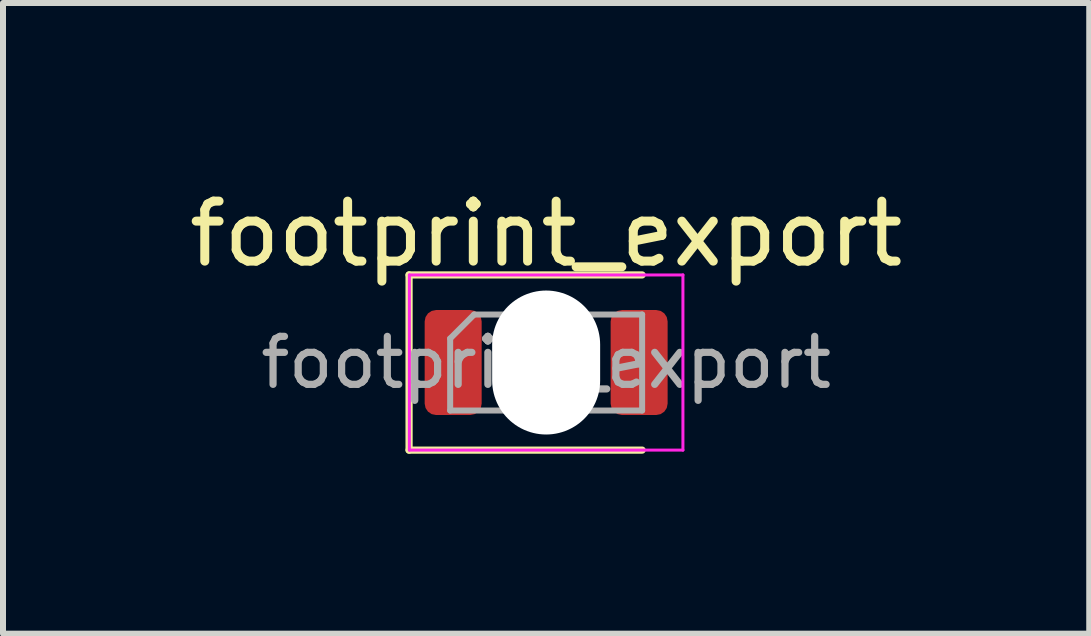
<source format=kicad_pcb>
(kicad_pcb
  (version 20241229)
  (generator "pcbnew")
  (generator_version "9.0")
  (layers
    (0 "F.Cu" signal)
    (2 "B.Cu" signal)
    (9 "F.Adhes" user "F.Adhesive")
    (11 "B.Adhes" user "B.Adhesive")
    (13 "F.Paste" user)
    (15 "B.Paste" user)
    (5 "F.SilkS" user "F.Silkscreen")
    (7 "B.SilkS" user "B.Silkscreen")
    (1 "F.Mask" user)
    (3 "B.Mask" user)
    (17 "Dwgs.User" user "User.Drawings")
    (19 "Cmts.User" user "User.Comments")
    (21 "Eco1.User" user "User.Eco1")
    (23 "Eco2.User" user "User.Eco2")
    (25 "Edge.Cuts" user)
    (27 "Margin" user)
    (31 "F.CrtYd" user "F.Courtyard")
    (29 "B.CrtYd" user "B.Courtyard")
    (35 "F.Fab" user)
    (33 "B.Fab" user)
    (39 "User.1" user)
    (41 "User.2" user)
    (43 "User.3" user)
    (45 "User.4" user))
  (footprint "footprint_export"
    (layer "F.Cu")
    (at 6.054 2.993)
    (property "Reference" "footprint_export" (at 0 -2.145 0) (layer "F.SilkS") (effects (font (size 1 1) (thickness 0.15))))
    (attr smd)
    (fp_line (start -2.285 -1.46) (end -2.285 1.46) (stroke (width 0.12) (type solid)) (layer "F.SilkS"))
    (fp_line (start -2.285 1.46) (end 1.6 1.46) (stroke (width 0.12) (type solid)) (layer "F.SilkS"))
    (fp_line (start 1.6 -1.46) (end -2.285 -1.46) (stroke (width 0.12) (type solid)) (layer "F.SilkS"))
    (fp_line (start -2.28 -1.46) (end 2.28 -1.46) (stroke (width 0.05) (type solid)) (layer "F.CrtYd"))
    (fp_line (start -2.28 1.46) (end -2.28 -1.46) (stroke (width 0.05) (type solid)) (layer "F.CrtYd"))
    (fp_line (start 2.28 -1.46) (end 2.28 1.46) (stroke (width 0.05) (type solid)) (layer "F.CrtYd"))
    (fp_line (start 2.28 1.46) (end -2.28 1.46) (stroke (width 0.05) (type solid)) (layer "F.CrtYd"))
    (fp_line (start -1.6 -0.4) (end -1.6 0.8) (stroke (width 0.1) (type solid)) (layer "F.Fab"))
    (fp_line (start -1.6 0.8) (end 1.6 0.8) (stroke (width 0.1) (type solid)) (layer "F.Fab"))
    (fp_line (start -1.2 -0.8) (end -1.6 -0.4) (stroke (width 0.1) (type solid)) (layer "F.Fab"))
    (fp_line (start 1.6 -0.8) (end -1.2 -0.8) (stroke (width 0.1) (type solid)) (layer "F.Fab"))
    (fp_line (start 1.6 0.8) (end 1.6 -0.8) (stroke (width 0.1) (type solid)) (layer "F.Fab"))
    (fp_text user "${REFERENCE}" (at 0 0 0) (layer "F.Fab") (effects (font (size 0.8 0.8) (thickness 0.12))))
    (pad "" np_thru_hole oval (at 0 0) (size 1.8 2.4) (drill oval 1.8 2.4) (layers "*.Cu" "*.Mask"))
    (pad "1" smd roundrect (at -1.55 0) (size 0.95 1.75) (layers "F.Cu" "F.Mask" "F.Paste") (roundrect_rratio 0.2))
    (pad "2" smd roundrect (at 1.55 0) (size 0.95 1.75) (layers "F.Cu" "F.Mask" "F.Paste") (roundrect_rratio 0.2)))
  (gr_rect
    (start -3 -3)
    (end 15.107 7.513)
    (stroke (width 0.1) (type default))
    (fill no)
    (layer "Edge.Cuts")))
</source>
